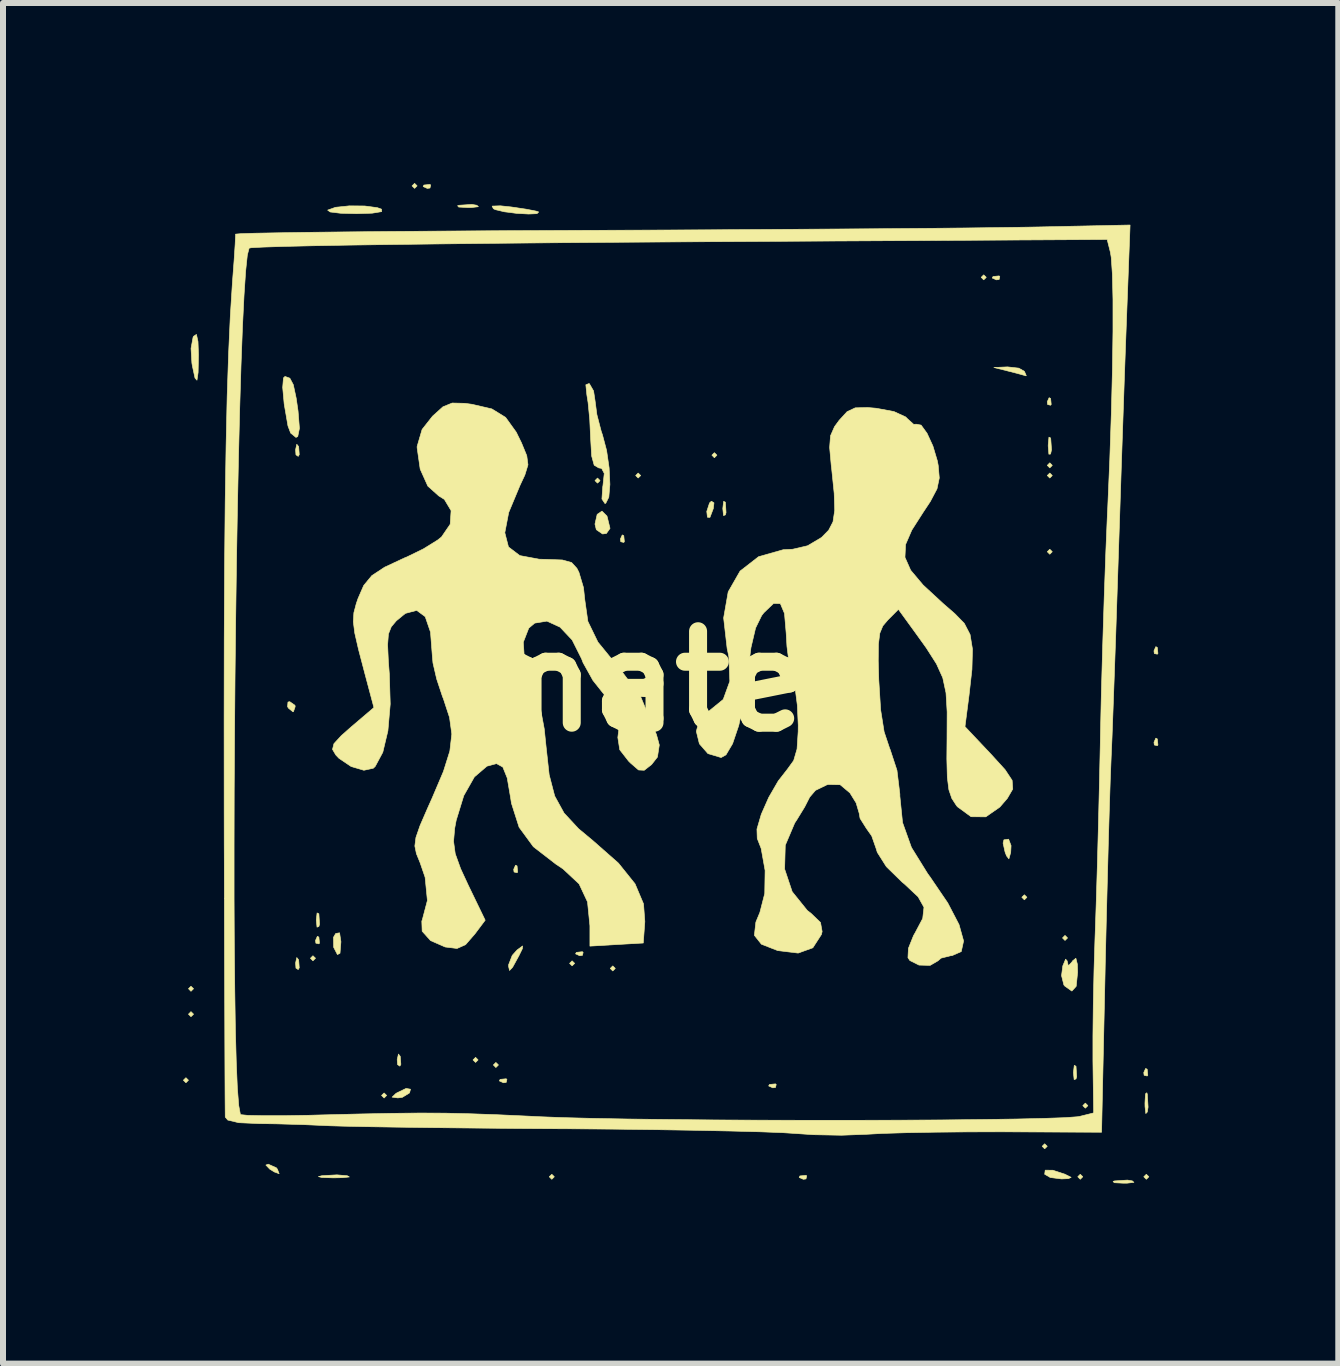
<source format=kicad_pcb>
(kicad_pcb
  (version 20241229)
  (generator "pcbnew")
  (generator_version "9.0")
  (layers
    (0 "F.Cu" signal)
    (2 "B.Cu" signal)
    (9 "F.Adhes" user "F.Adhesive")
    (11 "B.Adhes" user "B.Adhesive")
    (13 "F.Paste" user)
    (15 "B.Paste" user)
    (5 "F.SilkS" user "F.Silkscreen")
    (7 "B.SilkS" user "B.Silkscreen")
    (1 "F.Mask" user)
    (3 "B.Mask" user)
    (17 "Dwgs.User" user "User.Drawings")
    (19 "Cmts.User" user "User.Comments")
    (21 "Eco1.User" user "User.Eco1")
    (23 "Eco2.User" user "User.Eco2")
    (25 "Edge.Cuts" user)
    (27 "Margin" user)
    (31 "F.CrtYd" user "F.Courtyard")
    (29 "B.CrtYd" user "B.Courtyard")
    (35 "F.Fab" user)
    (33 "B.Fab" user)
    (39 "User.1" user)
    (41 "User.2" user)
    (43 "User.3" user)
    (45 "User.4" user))
  (footprint "mates"
    (layer "F.Cu")
    (at 8.218 8.302)
    (property "Reference" "mates" (at 0 0 0) (layer "F.SilkS") (effects (font (size 1.524 1.524) (thickness 0.3))))
    (attr through_hole)
    (fp_poly (pts (xy -8.128 6.646) (xy -8.17 6.689) (xy -8.213 6.646) (xy -8.17 6.604) (xy -8.128 6.646)) (stroke (width 0.01) (type solid)) (fill yes) (layer "F.SilkS"))
    (fp_poly (pts (xy -8.043 5.122) (xy -8.086 5.165) (xy -8.128 5.122) (xy -8.086 5.08) (xy -8.043 5.122)) (stroke (width 0.01) (type solid)) (fill yes) (layer "F.SilkS"))
    (fp_poly (pts (xy -8.043 5.546) (xy -8.086 5.588) (xy -8.128 5.546) (xy -8.086 5.503) (xy -8.043 5.546)) (stroke (width 0.01) (type solid)) (fill yes) (layer "F.SilkS"))
    (fp_poly (pts (xy -6.011 4.614) (xy -6.054 4.657) (xy -6.096 4.614) (xy -6.054 4.572) (xy -6.011 4.614)) (stroke (width 0.01) (type solid)) (fill yes) (layer "F.SilkS"))
    (fp_poly (pts (xy -4.826 6.9) (xy -4.868 6.943) (xy -4.911 6.9) (xy -4.868 6.858) (xy -4.826 6.9)) (stroke (width 0.01) (type solid)) (fill yes) (layer "F.SilkS"))
    (fp_poly (pts (xy -4.318 -8.255) (xy -4.36 -8.213) (xy -4.403 -8.255) (xy -4.36 -8.297) (xy -4.318 -8.255)) (stroke (width 0.01) (type solid)) (fill yes) (layer "F.SilkS"))
    (fp_poly (pts (xy -3.302 6.308) (xy -3.344 6.35) (xy -3.387 6.308) (xy -3.344 6.265) (xy -3.302 6.308)) (stroke (width 0.01) (type solid)) (fill yes) (layer "F.SilkS"))
    (fp_poly (pts (xy -2.963 6.392) (xy -3.006 6.435) (xy -3.048 6.392) (xy -3.006 6.35) (xy -2.963 6.392)) (stroke (width 0.01) (type solid)) (fill yes) (layer "F.SilkS"))
    (fp_poly (pts (xy -2.032 8.255) (xy -2.074 8.297) (xy -2.117 8.255) (xy -2.074 8.213) (xy -2.032 8.255)) (stroke (width 0.01) (type solid)) (fill yes) (layer "F.SilkS"))
    (fp_poly (pts (xy -1.693 4.699) (xy -1.736 4.741) (xy -1.778 4.699) (xy -1.736 4.657) (xy -1.693 4.699)) (stroke (width 0.01) (type solid)) (fill yes) (layer "F.SilkS"))
    (fp_poly (pts (xy -1.27 -3.344) (xy -1.312 -3.302) (xy -1.355 -3.344) (xy -1.312 -3.387) (xy -1.27 -3.344)) (stroke (width 0.01) (type solid)) (fill yes) (layer "F.SilkS"))
    (fp_poly (pts (xy -1.016 4.784) (xy -1.058 4.826) (xy -1.101 4.784) (xy -1.058 4.741) (xy -1.016 4.784)) (stroke (width 0.01) (type solid)) (fill yes) (layer "F.SilkS"))
    (fp_poly (pts (xy -0.593 -3.429) (xy -0.635 -3.387) (xy -0.677 -3.429) (xy -0.635 -3.471) (xy -0.593 -3.429)) (stroke (width 0.01) (type solid)) (fill yes) (layer "F.SilkS"))
    (fp_poly (pts (xy 0.677 -3.768) (xy 0.635 -3.725) (xy 0.593 -3.768) (xy 0.635 -3.81) (xy 0.677 -3.768)) (stroke (width 0.01) (type solid)) (fill yes) (layer "F.SilkS"))
    (fp_poly (pts (xy 5.165 -6.731) (xy 5.122 -6.689) (xy 5.08 -6.731) (xy 5.122 -6.773) (xy 5.165 -6.731)) (stroke (width 0.01) (type solid)) (fill yes) (layer "F.SilkS"))
    (fp_poly (pts (xy 5.842 3.598) (xy 5.8 3.641) (xy 5.757 3.598) (xy 5.8 3.556) (xy 5.842 3.598)) (stroke (width 0.01) (type solid)) (fill yes) (layer "F.SilkS"))
    (fp_poly (pts (xy 6.181 7.747) (xy 6.138 7.789) (xy 6.096 7.747) (xy 6.138 7.705) (xy 6.181 7.747)) (stroke (width 0.01) (type solid)) (fill yes) (layer "F.SilkS"))
    (fp_poly (pts (xy 6.265 -3.598) (xy 6.223 -3.556) (xy 6.181 -3.598) (xy 6.223 -3.641) (xy 6.265 -3.598)) (stroke (width 0.01) (type solid)) (fill yes) (layer "F.SilkS"))
    (fp_poly (pts (xy 6.265 -3.429) (xy 6.223 -3.387) (xy 6.181 -3.429) (xy 6.223 -3.471) (xy 6.265 -3.429)) (stroke (width 0.01) (type solid)) (fill yes) (layer "F.SilkS"))
    (fp_poly (pts (xy 6.265 -2.159) (xy 6.223 -2.117) (xy 6.181 -2.159) (xy 6.223 -2.201) (xy 6.265 -2.159)) (stroke (width 0.01) (type solid)) (fill yes) (layer "F.SilkS"))
    (fp_poly (pts (xy 6.519 4.276) (xy 6.477 4.318) (xy 6.435 4.276) (xy 6.477 4.233) (xy 6.519 4.276)) (stroke (width 0.01) (type solid)) (fill yes) (layer "F.SilkS"))
    (fp_poly (pts (xy 6.773 8.255) (xy 6.731 8.297) (xy 6.689 8.255) (xy 6.731 8.213) (xy 6.773 8.255)) (stroke (width 0.01) (type solid)) (fill yes) (layer "F.SilkS"))
    (fp_poly (pts (xy 6.858 7.07) (xy 6.816 7.112) (xy 6.773 7.07) (xy 6.816 7.027) (xy 6.858 7.07)) (stroke (width 0.01) (type solid)) (fill yes) (layer "F.SilkS"))
    (fp_poly (pts (xy 7.874 8.255) (xy 7.832 8.297) (xy 7.789 8.255) (xy 7.832 8.213) (xy 7.874 8.255)) (stroke (width 0.01) (type solid)) (fill yes) (layer "F.SilkS"))
    (fp_poly (pts (xy -6.292 -3.911) (xy -6.282 -3.778) (xy -6.299 -3.748) (xy -6.337 -3.774) (xy -6.343 -3.859) (xy -6.323 -3.95) (xy -6.292 -3.911)) (stroke (width 0.01) (type solid)) (fill yes) (layer "F.SilkS"))
    (fp_poly (pts (xy -6.292 4.641) (xy -6.282 4.773) (xy -6.299 4.803) (xy -6.337 4.778) (xy -6.343 4.692) (xy -6.323 4.602) (xy -6.292 4.641)) (stroke (width 0.01) (type solid)) (fill yes) (layer "F.SilkS"))
    (fp_poly (pts (xy -5.955 3.873) (xy -5.944 4.047) (xy -5.955 4.085) (xy -5.986 4.096) (xy -5.998 3.979) (xy -5.985 3.859) (xy -5.955 3.873)) (stroke (width 0.01) (type solid)) (fill yes) (layer "F.SilkS"))
    (fp_poly (pts (xy -5.955 4.262) (xy -5.945 4.362) (xy -5.955 4.374) (xy -6.005 4.363) (xy -6.011 4.318) (xy -5.98 4.248) (xy -5.955 4.262)) (stroke (width 0.01) (type solid)) (fill yes) (layer "F.SilkS"))
    (fp_poly (pts (xy -4.599 6.249) (xy -4.589 6.382) (xy -4.606 6.412) (xy -4.644 6.386) (xy -4.65 6.301) (xy -4.629 6.21) (xy -4.599 6.249)) (stroke (width 0.01) (type solid)) (fill yes) (layer "F.SilkS"))
    (fp_poly (pts (xy -4.092 -8.269) (xy -4.104 -8.219) (xy -4.149 -8.213) (xy -4.218 -8.244) (xy -4.205 -8.269) (xy -4.105 -8.279) (xy -4.092 -8.269)) (stroke (width 0.01) (type solid)) (fill yes) (layer "F.SilkS"))
    (fp_poly (pts (xy -2.822 6.632) (xy -2.834 6.683) (xy -2.879 6.689) (xy -2.948 6.658) (xy -2.935 6.632) (xy -2.835 6.622) (xy -2.822 6.632)) (stroke (width 0.01) (type solid)) (fill yes) (layer "F.SilkS"))
    (fp_poly (pts (xy -2.653 3.076) (xy -2.643 3.177) (xy -2.653 3.189) (xy -2.703 3.177) (xy -2.709 3.133) (xy -2.678 3.063) (xy -2.653 3.076)) (stroke (width 0.01) (type solid)) (fill yes) (layer "F.SilkS"))
    (fp_poly (pts (xy -1.552 4.516) (xy -1.564 4.566) (xy -1.609 4.572) (xy -1.678 4.541) (xy -1.665 4.516) (xy -1.565 4.505) (xy -1.552 4.516)) (stroke (width 0.01) (type solid)) (fill yes) (layer "F.SilkS"))
    (fp_poly (pts (xy -0.875 -2.427) (xy -0.865 -2.327) (xy -0.875 -2.314) (xy -0.925 -2.326) (xy -0.931 -2.371) (xy -0.9 -2.44) (xy -0.875 -2.427)) (stroke (width 0.01) (type solid)) (fill yes) (layer "F.SilkS"))
    (fp_poly (pts (xy 0.818 -2.985) (xy 0.829 -2.811) (xy 0.818 -2.773) (xy 0.787 -2.762) (xy 0.775 -2.879) (xy 0.789 -2.999) (xy 0.818 -2.985)) (stroke (width 0.01) (type solid)) (fill yes) (layer "F.SilkS"))
    (fp_poly (pts (xy 1.665 6.717) (xy 1.653 6.767) (xy 1.609 6.773) (xy 1.539 6.742) (xy 1.552 6.717) (xy 1.653 6.707) (xy 1.665 6.717)) (stroke (width 0.01) (type solid)) (fill yes) (layer "F.SilkS"))
    (fp_poly (pts (xy 2.173 8.241) (xy 2.161 8.291) (xy 2.117 8.297) (xy 2.047 8.266) (xy 2.06 8.241) (xy 2.161 8.231) (xy 2.173 8.241)) (stroke (width 0.01) (type solid)) (fill yes) (layer "F.SilkS"))
    (fp_poly (pts (xy 5.39 -6.745) (xy 5.379 -6.695) (xy 5.334 -6.689) (xy 5.264 -6.72) (xy 5.278 -6.745) (xy 5.378 -6.755) (xy 5.39 -6.745)) (stroke (width 0.01) (type solid)) (fill yes) (layer "F.SilkS"))
    (fp_poly (pts (xy 6.237 -4.713) (xy 6.247 -4.613) (xy 6.237 -4.6) (xy 6.187 -4.612) (xy 6.181 -4.657) (xy 6.212 -4.726) (xy 6.237 -4.713)) (stroke (width 0.01) (type solid)) (fill yes) (layer "F.SilkS"))
    (fp_poly (pts (xy 6.66 6.413) (xy 6.671 6.587) (xy 6.66 6.625) (xy 6.629 6.636) (xy 6.617 6.519) (xy 6.631 6.399) (xy 6.66 6.413)) (stroke (width 0.01) (type solid)) (fill yes) (layer "F.SilkS"))
    (fp_poly (pts (xy 7.846 6.463) (xy 7.856 6.563) (xy 7.846 6.576) (xy 7.795 6.564) (xy 7.789 6.519) (xy 7.82 6.45) (xy 7.846 6.463)) (stroke (width 0.01) (type solid)) (fill yes) (layer "F.SilkS"))
    (fp_poly (pts (xy 8.015 -0.564) (xy 8.025 -0.464) (xy 8.015 -0.452) (xy 7.965 -0.463) (xy 7.959 -0.508) (xy 7.99 -0.578) (xy 8.015 -0.564)) (stroke (width 0.01) (type solid)) (fill yes) (layer "F.SilkS"))
    (fp_poly (pts (xy 8.015 0.96) (xy 8.025 1.06) (xy 8.015 1.072) (xy 7.965 1.061) (xy 7.959 1.016) (xy 7.99 0.946) (xy 8.015 0.96)) (stroke (width 0.01) (type solid)) (fill yes) (layer "F.SilkS"))
    (fp_poly (pts (xy -6.664 8.105) (xy -6.646 8.128) (xy -6.617 8.204) (xy -6.697 8.175) (xy -6.773 8.128) (xy -6.838 8.06) (xy -6.799 8.045) (xy -6.664 8.105)) (stroke (width 0.01) (type solid)) (fill yes) (layer "F.SilkS"))
    (fp_poly (pts (xy 0.628 -2.974) (xy 0.617 -2.879) (xy 0.561 -2.732) (xy 0.519 -2.734) (xy 0.508 -2.831) (xy 0.554 -2.972) (xy 0.585 -3.001) (xy 0.628 -2.974)) (stroke (width 0.01) (type solid)) (fill yes) (layer "F.SilkS"))
    (fp_poly (pts (xy -6.353 0.4) (xy -6.35 0.423) (xy -6.379 0.506) (xy -6.387 0.508) (xy -6.46 0.449) (xy -6.477 0.423) (xy -6.47 0.345) (xy -6.44 0.339) (xy -6.353 0.4)) (stroke (width 0.01) (type solid)) (fill yes) (layer "F.SilkS"))
    (fp_poly (pts (xy -5.588 4.336) (xy -5.588 4.343) (xy -5.603 4.531) (xy -5.646 4.553) (xy -5.709 4.431) (xy -5.712 4.266) (xy -5.675 4.202) (xy -5.61 4.19) (xy -5.588 4.336)) (stroke (width 0.01) (type solid)) (fill yes) (layer "F.SilkS"))
    (fp_poly (pts (xy -5.481 8.238) (xy -5.447 8.258) (xy -5.558 8.27) (xy -5.715 8.273) (xy -5.907 8.267) (xy -5.963 8.252) (xy -5.904 8.237) (xy -5.654 8.223) (xy -5.481 8.238)) (stroke (width 0.01) (type solid)) (fill yes) (layer "F.SilkS"))
    (fp_poly (pts (xy -4.428 6.796) (xy -4.445 6.858) (xy -4.566 6.932) (xy -4.64 6.941) (xy -4.735 6.928) (xy -4.674 6.869) (xy -4.657 6.858) (xy -4.502 6.783) (xy -4.428 6.796)) (stroke (width 0.01) (type solid)) (fill yes) (layer "F.SilkS"))
    (fp_poly (pts (xy -3.323 -7.932) (xy -3.297 -7.908) (xy -3.414 -7.894) (xy -3.471 -7.894) (xy -3.625 -7.902) (xy -3.644 -7.924) (xy -3.619 -7.932) (xy -3.405 -7.946) (xy -3.323 -7.932)) (stroke (width 0.01) (type solid)) (fill yes) (layer "F.SilkS"))
    (fp_poly (pts (xy 5.578 2.737) (xy 5.572 2.851) (xy 5.542 2.958) (xy 5.503 2.909) (xy 5.478 2.845) (xy 5.445 2.695) (xy 5.459 2.641) (xy 5.537 2.63) (xy 5.578 2.737)) (stroke (width 0.01) (type solid)) (fill yes) (layer "F.SilkS"))
    (fp_poly (pts (xy 6.235 -4.056) (xy 6.239 -4.041) (xy 6.252 -3.857) (xy 6.236 -3.787) (xy 6.208 -3.784) (xy 6.197 -3.917) (xy 6.197 -3.937) (xy 6.209 -4.068) (xy 6.235 -4.056)) (stroke (width 0.01) (type solid)) (fill yes) (layer "F.SilkS"))
    (fp_poly (pts (xy 6.274 8.146) (xy 6.477 8.213) (xy 6.579 8.265) (xy 6.533 8.286) (xy 6.418 8.291) (xy 6.231 8.267) (xy 6.138 8.213) (xy 6.147 8.145) (xy 6.274 8.146)) (stroke (width 0.01) (type solid)) (fill yes) (layer "F.SilkS"))
    (fp_poly (pts (xy 7.599 8.324) (xy 7.625 8.348) (xy 7.508 8.362) (xy 7.451 8.362) (xy 7.297 8.354) (xy 7.278 8.332) (xy 7.303 8.324) (xy 7.517 8.31) (xy 7.599 8.324)) (stroke (width 0.01) (type solid)) (fill yes) (layer "F.SilkS"))
    (fp_poly (pts (xy 7.848 6.879) (xy 7.861 7.094) (xy 7.848 7.176) (xy 7.823 7.202) (xy 7.81 7.085) (xy 7.809 7.027) (xy 7.818 6.873) (xy 7.84 6.855) (xy 7.848 6.879)) (stroke (width 0.01) (type solid)) (fill yes) (layer "F.SilkS"))
    (fp_poly (pts (xy -2.564 4.454) (xy -2.622 4.572) (xy -2.727 4.764) (xy -2.778 4.818) (xy -2.794 4.751) (xy -2.794 4.723) (xy -2.733 4.566) (xy -2.653 4.477) (xy -2.561 4.409) (xy -2.564 4.454)) (stroke (width 0.01) (type solid)) (fill yes) (layer "F.SilkS"))
    (fp_poly (pts (xy -1.156 -2.755) (xy -1.152 -2.744) (xy -1.104 -2.548) (xy -1.165 -2.463) (xy -1.228 -2.455) (xy -1.332 -2.526) (xy -1.355 -2.62) (xy -1.318 -2.782) (xy -1.238 -2.836) (xy -1.156 -2.755)) (stroke (width 0.01) (type solid)) (fill yes) (layer "F.SilkS"))
    (fp_poly (pts (xy 5.707 -5.218) (xy 5.8 -5.165) (xy 5.832 -5.092) (xy 5.826 -5.09) (xy 5.734 -5.116) (xy 5.55 -5.164) (xy 5.546 -5.165) (xy 5.292 -5.229) (xy 5.52 -5.239) (xy 5.707 -5.218)) (stroke (width 0.01) (type solid)) (fill yes) (layer "F.SilkS"))
    (fp_poly (pts (xy -7.969 -5.661) (xy -7.961 -5.44) (xy -7.967 -5.147) (xy -7.986 -5.017) (xy -8.019 -5.053) (xy -8.063 -5.256) (xy -8.071 -5.305) (xy -8.085 -5.547) (xy -8.051 -5.733) (xy -8.043 -5.749) (xy -7.995 -5.78) (xy -7.969 -5.661)) (stroke (width 0.01) (type solid)) (fill yes) (layer "F.SilkS"))
    (fp_poly (pts (xy -5.193 -7.92) (xy -4.981 -7.892) (xy -4.911 -7.867) (xy -4.909 -7.826) (xy -5.067 -7.8) (xy -5.327 -7.792) (xy -5.594 -7.799) (xy -5.767 -7.82) (xy -5.809 -7.851) (xy -5.678 -7.898) (xy -5.449 -7.922) (xy -5.193 -7.92)) (stroke (width 0.01) (type solid)) (fill yes) (layer "F.SilkS"))
    (fp_poly (pts (xy -2.752 -7.904) (xy -2.502 -7.867) (xy -2.333 -7.834) (xy -2.293 -7.82) (xy -2.321 -7.792) (xy -2.461 -7.786) (xy -2.66 -7.797) (xy -2.863 -7.823) (xy -3.015 -7.859) (xy -3.048 -7.875) (xy -3.068 -7.918) (xy -2.932 -7.923) (xy -2.752 -7.904)) (stroke (width 0.01) (type solid)) (fill yes) (layer "F.SilkS"))
    (fp_poly (pts (xy -6.439 -5.051) (xy -6.381 -4.942) (xy -6.333 -4.718) (xy -6.302 -4.504) (xy -6.279 -4.215) (xy -6.307 -4.078) (xy -6.337 -4.064) (xy -6.425 -4.136) (xy -6.47 -4.255) (xy -6.533 -4.621) (xy -6.558 -4.897) (xy -6.545 -5.055) (xy -6.519 -5.08) (xy -6.439 -5.051)) (stroke (width 0.01) (type solid)) (fill yes) (layer "F.SilkS"))
    (fp_poly (pts (xy 6.683 4.715) (xy 6.687 4.847) (xy 6.663 5.082) (xy 6.591 5.161) (xy 6.475 5.079) (xy 6.458 5.059) (xy 6.419 4.903) (xy 6.44 4.741) (xy 6.487 4.629) (xy 6.512 4.657) (xy 6.532 4.741) (xy 6.591 4.677) (xy 6.604 4.657) (xy 6.658 4.614) (xy 6.683 4.715)) (stroke (width 0.01) (type solid)) (fill yes) (layer "F.SilkS"))
    (fp_poly (pts (xy -1.448 -4.959) (xy -1.378 -4.838) (xy -1.353 -4.673) (xy -1.323 -4.444) (xy -1.251 -4.167) (xy -1.23 -4.106) (xy -1.161 -3.846) (xy -1.119 -3.556) (xy -1.106 -3.281) (xy -1.124 -3.069) (xy -1.175 -2.967) (xy -1.189 -2.963) (xy -1.239 -3.038) (xy -1.225 -3.245) (xy -1.222 -3.26) (xy -1.2 -3.464) (xy -1.244 -3.548) (xy -1.292 -3.556) (xy -1.368 -3.601) (xy -1.41 -3.754) (xy -1.427 -4.043) (xy -1.442 -4.361) (xy -1.47 -4.647) (xy -1.49 -4.773) (xy -1.507 -4.941) (xy -1.453 -4.962) (xy -1.448 -4.959)) (stroke (width 0.01) (type solid)) (fill yes) (layer "F.SilkS"))
    (fp_poly (pts (xy -3.523 -4.632) (xy -3.405 -4.616) (xy -3.073 -4.539) (xy -2.844 -4.398) (xy -2.667 -4.152) (xy -2.579 -3.973) (xy -2.491 -3.759) (xy -2.471 -3.607) (xy -2.523 -3.438) (xy -2.604 -3.265) (xy -2.792 -2.814) (xy -2.857 -2.476) (xy -2.796 -2.239) (xy -2.607 -2.095) (xy -2.286 -2.035) (xy -2.167 -2.032) (xy -1.898 -2.022) (xy -1.745 -1.98) (xy -1.656 -1.883) (xy -1.622 -1.816) (xy -1.546 -1.561) (xy -1.524 -1.356) (xy -1.473 -0.998) (xy -1.306 -0.654) (xy -1.005 -0.285) (xy -0.974 -0.254) (xy -0.593 0.258) (xy -0.33 0.888) (xy -0.283 1.061) (xy -0.314 1.262) (xy -0.412 1.387) (xy -0.534 1.482) (xy -0.629 1.477) (xy -0.763 1.361) (xy -0.795 1.329) (xy -0.942 1.14) (xy -0.974 0.935) (xy -0.959 0.816) (xy -0.946 0.606) (xy -1.01 0.44) (xy -1.18 0.247) (xy -1.184 0.242) (xy -1.389 -0.016) (xy -1.553 -0.311) (xy -1.578 -0.376) (xy -1.735 -0.689) (xy -1.937 -0.903) (xy -2.155 -1.003) (xy -2.359 -0.97) (xy -2.458 -0.886) (xy -2.549 -0.652) (xy -2.528 -0.333) (xy -2.399 0.032) (xy -2.387 0.055) (xy -2.28 0.364) (xy -2.2 0.792) (xy -2.17 1.083) (xy -2.118 1.557) (xy -2.026 1.911) (xy -1.87 2.195) (xy -1.627 2.457) (xy -1.39 2.654) (xy -0.964 3.029) (xy -0.687 3.374) (xy -0.546 3.708) (xy -0.524 4.003) (xy -0.55 4.36) (xy -0.995 4.386) (xy -1.439 4.412) (xy -1.439 4.074) (xy -1.479 3.675) (xy -1.619 3.376) (xy -1.888 3.125) (xy -2.002 3.049) (xy -2.381 2.756) (xy -2.619 2.431) (xy -2.746 2.033) (xy -2.761 1.937) (xy -2.817 1.61) (xy -2.89 1.429) (xy -2.995 1.371) (xy -3.152 1.413) (xy -3.156 1.415) (xy -3.364 1.593) (xy -3.541 1.905) (xy -3.667 2.315) (xy -3.692 2.448) (xy -3.711 2.666) (xy -3.683 2.873) (xy -3.593 3.123) (xy -3.467 3.395) (xy -3.184 3.98) (xy -3.354 4.207) (xy -3.511 4.388) (xy -3.653 4.451) (xy -3.848 4.427) (xy -3.852 4.426) (xy -4.094 4.32) (xy -4.234 4.164) (xy -4.24 3.994) (xy -4.233 3.978) (xy -4.147 3.652) (xy -4.185 3.265) (xy -4.268 3.023) (xy -4.33 2.871) (xy -4.356 2.744) (xy -4.338 2.602) (xy -4.269 2.403) (xy -4.141 2.108) (xy -4.067 1.943) (xy -3.88 1.503) (xy -3.773 1.163) (xy -3.74 0.878) (xy -3.778 0.602) (xy -3.881 0.288) (xy -3.895 0.254) (xy -3.992 -0.038) (xy -4.054 -0.306) (xy -4.064 -0.416) (xy -4.095 -0.82) (xy -4.183 -1.077) (xy -4.325 -1.182) (xy -4.514 -1.132) (xy -4.664 -1.009) (xy -4.749 -0.908) (xy -4.796 -0.789) (xy -4.81 -0.61) (xy -4.797 -0.329) (xy -4.781 -0.122) (xy -4.766 0.378) (xy -4.805 0.825) (xy -4.89 1.182) (xy -5.016 1.417) (xy -5.048 1.448) (xy -5.205 1.482) (xy -5.418 1.419) (xy -5.621 1.282) (xy -5.673 1.227) (xy -5.728 1.134) (xy -5.704 1.039) (xy -5.581 0.905) (xy -5.416 0.759) (xy -5.038 0.437) (xy -5.192 -0.141) (xy -5.295 -0.534) (xy -5.357 -0.804) (xy -5.381 -0.993) (xy -5.372 -1.143) (xy -5.332 -1.294) (xy -5.303 -1.379) (xy -5.208 -1.597) (xy -5.073 -1.761) (xy -4.859 -1.902) (xy -4.527 -2.057) (xy -4.487 -2.073) (xy -4.213 -2.207) (xy -3.976 -2.354) (xy -3.912 -2.405) (xy -3.767 -2.617) (xy -3.752 -2.844) (xy -3.864 -3.031) (xy -3.957 -3.089) (xy -4.14 -3.253) (xy -4.267 -3.536) (xy -4.318 -3.891) (xy -4.318 -3.914) (xy -4.235 -4.197) (xy -4.061 -4.418) (xy -3.888 -4.574) (xy -3.734 -4.637) (xy -3.523 -4.632)) (stroke (width 0.01) (type solid)) (fill yes) (layer "F.SilkS"))
    (fp_poly (pts (xy 3.33 -4.55) (xy 3.626 -4.495) (xy 3.822 -4.405) (xy 3.854 -4.373) (xy 3.955 -4.282) (xy 4.002 -4.284) (xy 4.079 -4.269) (xy 4.178 -4.133) (xy 4.276 -3.92) (xy 4.35 -3.672) (xy 4.364 -3.598) (xy 4.382 -3.388) (xy 4.344 -3.207) (xy 4.232 -2.995) (xy 4.114 -2.817) (xy 3.924 -2.52) (xy 3.82 -2.279) (xy 3.81 -2.066) (xy 3.905 -1.851) (xy 4.112 -1.605) (xy 4.442 -1.3) (xy 4.64 -1.128) (xy 4.799 -0.965) (xy 4.895 -0.78) (xy 4.935 -0.536) (xy 4.926 -0.197) (xy 4.878 0.23) (xy 4.81 0.755) (xy 5.249 1.22) (xy 5.479 1.473) (xy 5.596 1.65) (xy 5.606 1.795) (xy 5.516 1.95) (xy 5.391 2.095) (xy 5.157 2.258) (xy 4.912 2.256) (xy 4.686 2.091) (xy 4.668 2.07) (xy 4.591 1.951) (xy 4.542 1.807) (xy 4.516 1.6) (xy 4.508 1.291) (xy 4.511 0.948) (xy 4.513 0.51) (xy 4.494 0.192) (xy 4.44 -0.059) (xy 4.335 -0.291) (xy 4.166 -0.556) (xy 3.998 -0.79) (xy 3.701 -1.199) (xy 3.524 -1.021) (xy 3.441 -0.923) (xy 3.391 -0.802) (xy 3.368 -0.62) (xy 3.365 -0.339) (xy 3.374 -0.021) (xy 3.405 0.476) (xy 3.463 0.842) (xy 3.554 1.115) (xy 3.563 1.136) (xy 3.677 1.483) (xy 3.725 1.878) (xy 3.725 1.911) (xy 3.77 2.354) (xy 3.918 2.768) (xy 4.19 3.207) (xy 4.229 3.26) (xy 4.524 3.694) (xy 4.711 4.053) (xy 4.787 4.326) (xy 4.748 4.503) (xy 4.593 4.571) (xy 4.571 4.572) (xy 4.412 4.612) (xy 4.36 4.657) (xy 4.229 4.733) (xy 4.044 4.728) (xy 3.892 4.652) (xy 3.86 4.605) (xy 3.868 4.448) (xy 3.953 4.236) (xy 3.978 4.193) (xy 4.106 3.951) (xy 4.127 3.765) (xy 4.029 3.59) (xy 3.802 3.377) (xy 3.764 3.346) (xy 3.5 3.088) (xy 3.349 2.849) (xy 3.33 2.787) (xy 3.256 2.576) (xy 3.165 2.447) (xy 3.062 2.283) (xy 3.048 2.2) (xy 2.997 2.027) (xy 2.893 1.859) (xy 2.731 1.723) (xy 2.535 1.719) (xy 2.508 1.725) (xy 2.319 1.817) (xy 2.223 1.929) (xy 2.14 2.092) (xy 2.006 2.311) (xy 1.973 2.361) (xy 1.816 2.731) (xy 1.805 3.128) (xy 1.931 3.505) (xy 2.184 3.819) (xy 2.244 3.865) (xy 2.403 4.018) (xy 2.43 4.169) (xy 2.418 4.219) (xy 2.275 4.44) (xy 2.03 4.528) (xy 1.689 4.486) (xy 1.418 4.38) (xy 1.301 4.232) (xy 1.326 4.012) (xy 1.393 3.85) (xy 1.474 3.535) (xy 1.48 3.152) (xy 1.414 2.784) (xy 1.349 2.618) (xy 1.344 2.462) (xy 1.416 2.216) (xy 1.541 1.933) (xy 1.699 1.66) (xy 1.852 1.464) (xy 1.956 1.32) (xy 2.012 1.129) (xy 2.031 0.838) (xy 2.032 0.729) (xy 2.017 0.399) (xy 1.979 0.105) (xy 1.937 -0.058) (xy 1.883 -0.275) (xy 1.844 -0.582) (xy 1.831 -0.804) (xy 1.803 -1.131) (xy 1.734 -1.295) (xy 1.621 -1.298) (xy 1.46 -1.144) (xy 1.422 -1.095) (xy 1.321 -0.888) (xy 1.244 -0.561) (xy 1.187 -0.107) (xy 1.127 0.343) (xy 1.041 0.735) (xy 0.938 1.039) (xy 0.828 1.225) (xy 0.747 1.27) (xy 0.527 1.204) (xy 0.385 1.041) (xy 0.334 0.833) (xy 0.388 0.631) (xy 0.545 0.495) (xy 0.782 0.302) (xy 0.892 -0.001) (xy 0.876 -0.411) (xy 0.847 -0.549) (xy 0.789 -1.056) (xy 0.865 -1.491) (xy 1.063 -1.837) (xy 1.372 -2.077) (xy 1.782 -2.193) (xy 1.94 -2.201) (xy 2.188 -2.259) (xy 2.42 -2.397) (xy 2.539 -2.518) (xy 2.611 -2.657) (xy 2.64 -2.849) (xy 2.631 -3.131) (xy 2.589 -3.54) (xy 2.582 -3.598) (xy 2.555 -3.897) (xy 2.57 -4.092) (xy 2.637 -4.244) (xy 2.714 -4.349) (xy 2.846 -4.493) (xy 2.982 -4.557) (xy 3.188 -4.562) (xy 3.33 -4.55)) (stroke (width 0.01) (type solid)) (fill yes) (layer "F.SilkS"))
    (fp_poly (pts (xy 7.506 -6.151) (xy 7.488 -5.67) (xy 7.466 -5.06) (xy 7.442 -4.36) (xy 7.416 -3.611) (xy 7.391 -2.851) (xy 7.368 -2.159) (xy 7.345 -1.464) (xy 7.322 -0.775) (xy 7.299 -0.123) (xy 7.278 0.459) (xy 7.26 0.94) (xy 7.245 1.286) (xy 7.244 1.312) (xy 7.231 1.639) (xy 7.216 2.103) (xy 7.199 2.675) (xy 7.182 3.323) (xy 7.164 4.016) (xy 7.147 4.722) (xy 7.144 4.878) (xy 7.086 7.513) (xy 5.427 7.506) (xy 4.866 7.507) (xy 4.32 7.512) (xy 3.828 7.521) (xy 3.429 7.533) (xy 3.175 7.547) (xy 2.753 7.563) (xy 2.287 7.554) (xy 1.99 7.534) (xy 1.771 7.52) (xy 1.406 7.506) (xy 0.917 7.493) (xy 0.328 7.481) (xy -0.341 7.47) (xy -1.064 7.461) (xy -1.821 7.455) (xy -1.905 7.455) (xy -2.664 7.45) (xy -3.392 7.443) (xy -4.068 7.436) (xy -4.667 7.428) (xy -5.168 7.42) (xy -5.548 7.412) (xy -5.784 7.405) (xy -5.8 7.404) (xy -6.214 7.386) (xy -6.664 7.373) (xy -6.95 7.369) (xy -7.29 7.354) (xy -7.473 7.31) (xy -7.515 7.26) (xy -7.516 7.158) (xy -7.518 6.903) (xy -7.52 6.508) (xy -7.522 5.989) (xy -7.524 5.362) (xy -7.527 4.641) (xy -7.529 3.842) (xy -7.531 2.98) (xy -7.532 2.742) (xy -7.368 2.742) (xy -7.368 3.614) (xy -7.364 4.426) (xy -7.356 5.163) (xy -7.346 5.812) (xy -7.331 6.356) (xy -7.313 6.78) (xy -7.29 7.07) (xy -7.264 7.21) (xy -7.256 7.22) (xy -7.138 7.232) (xy -6.885 7.237) (xy -6.53 7.237) (xy -6.107 7.23) (xy -5.969 7.226) (xy -5.288 7.209) (xy -4.735 7.198) (xy -4.269 7.193) (xy -3.85 7.195) (xy -3.436 7.205) (xy -2.987 7.221) (xy -2.462 7.245) (xy -2.286 7.254) (xy -1.897 7.269) (xy -1.393 7.282) (xy -0.792 7.293) (xy -0.116 7.301) (xy 0.617 7.308) (xy 1.387 7.312) (xy 2.173 7.314) (xy 2.956 7.314) (xy 3.716 7.312) (xy 4.433 7.308) (xy 5.088 7.301) (xy 5.66 7.293) (xy 6.13 7.282) (xy 6.478 7.27) (xy 6.683 7.255) (xy 6.72 7.249) (xy 6.954 7.191) (xy 6.942 6.326) (xy 6.942 5.908) (xy 6.948 5.383) (xy 6.96 4.815) (xy 6.977 4.267) (xy 6.98 4.191) (xy 6.996 3.717) (xy 7.014 3.122) (xy 7.032 2.451) (xy 7.049 1.752) (xy 7.064 1.071) (xy 7.067 0.889) (xy 7.083 0.178) (xy 7.105 -0.605) (xy 7.13 -1.404) (xy 7.157 -2.158) (xy 7.184 -2.808) (xy 7.188 -2.879) (xy 7.223 -3.698) (xy 7.249 -4.476) (xy 7.267 -5.193) (xy 7.276 -5.83) (xy 7.276 -6.367) (xy 7.266 -6.785) (xy 7.247 -7.064) (xy 7.233 -7.148) (xy 7.179 -7.362) (xy 0.059 -7.322) (xy -1.024 -7.315) (xy -2.059 -7.307) (xy -3.032 -7.298) (xy -3.931 -7.288) (xy -4.744 -7.278) (xy -5.458 -7.268) (xy -6.061 -7.257) (xy -6.54 -7.246) (xy -6.883 -7.235) (xy -7.077 -7.225) (xy -7.117 -7.218) (xy -7.147 -7.103) (xy -7.175 -6.836) (xy -7.202 -6.432) (xy -7.228 -5.905) (xy -7.252 -5.272) (xy -7.274 -4.548) (xy -7.294 -3.746) (xy -7.312 -2.883) (xy -7.328 -1.974) (xy -7.341 -1.033) (xy -7.352 -0.076) (xy -7.36 0.883) (xy -7.366 1.827) (xy -7.368 2.742) (xy -7.532 2.742) (xy -7.533 2.159) (xy -7.534 0.643) (xy -7.532 -0.714) (xy -7.526 -1.921) (xy -7.516 -2.99) (xy -7.501 -3.93) (xy -7.483 -4.751) (xy -7.459 -5.464) (xy -7.431 -6.078) (xy -7.398 -6.603) (xy -7.392 -6.689) (xy -7.367 -7.02) (xy -7.35 -7.282) (xy -7.343 -7.432) (xy -7.344 -7.451) (xy -7.263 -7.458) (xy -7.026 -7.466) (xy -6.647 -7.473) (xy -6.14 -7.481) (xy -5.517 -7.488) (xy -4.794 -7.495) (xy -3.983 -7.501) (xy -3.097 -7.507) (xy -2.151 -7.511) (xy -1.496 -7.514) (xy -0.463 -7.518) (xy 0.561 -7.523) (xy 1.555 -7.529) (xy 2.502 -7.535) (xy 3.381 -7.541) (xy 4.174 -7.547) (xy 4.862 -7.554) (xy 5.426 -7.561) (xy 5.847 -7.567) (xy 5.961 -7.569) (xy 7.561 -7.603) (xy 7.506 -6.151)) (stroke (width 0.01) (type solid)) (fill yes) (layer "F.SilkS")))
  (gr_rect
    (start -3 -3)
    (end 19.248 19.67)
    (stroke (width 0.1) (type default))
    (fill no)
    (layer "Edge.Cuts")))
</source>
